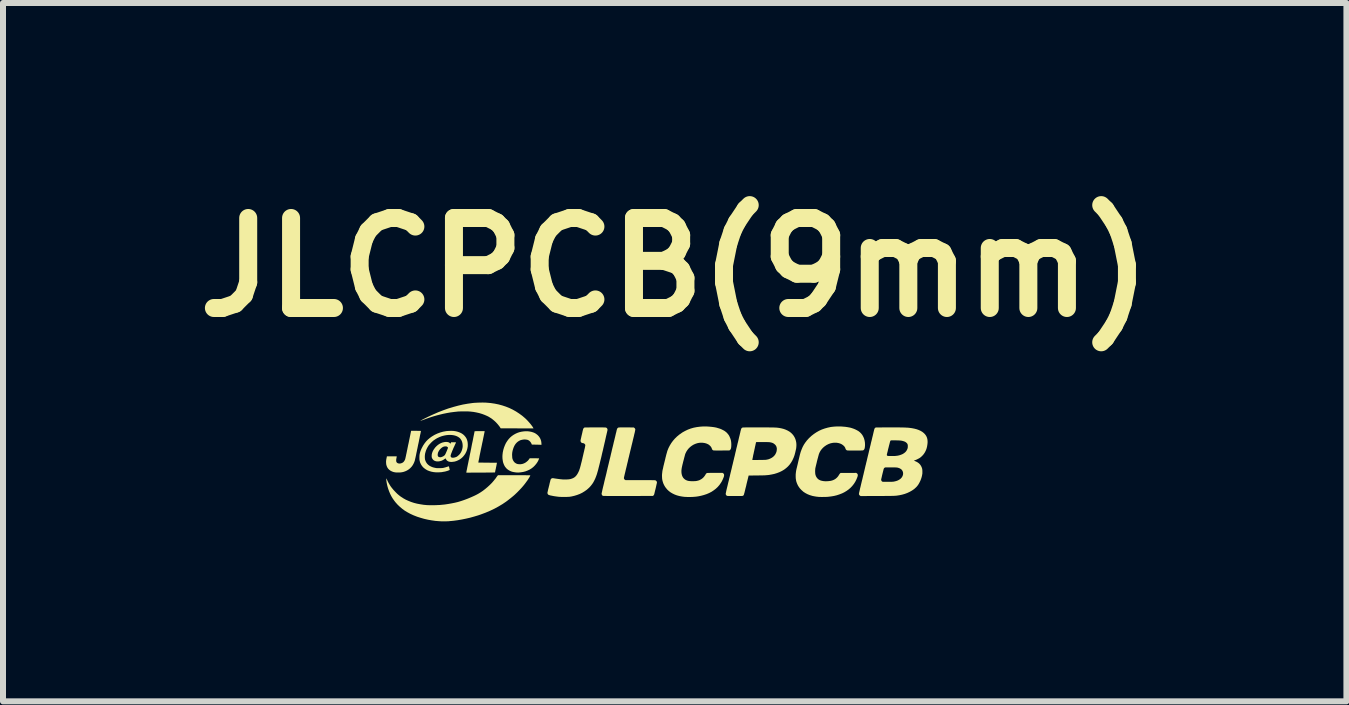
<source format=kicad_pcb>
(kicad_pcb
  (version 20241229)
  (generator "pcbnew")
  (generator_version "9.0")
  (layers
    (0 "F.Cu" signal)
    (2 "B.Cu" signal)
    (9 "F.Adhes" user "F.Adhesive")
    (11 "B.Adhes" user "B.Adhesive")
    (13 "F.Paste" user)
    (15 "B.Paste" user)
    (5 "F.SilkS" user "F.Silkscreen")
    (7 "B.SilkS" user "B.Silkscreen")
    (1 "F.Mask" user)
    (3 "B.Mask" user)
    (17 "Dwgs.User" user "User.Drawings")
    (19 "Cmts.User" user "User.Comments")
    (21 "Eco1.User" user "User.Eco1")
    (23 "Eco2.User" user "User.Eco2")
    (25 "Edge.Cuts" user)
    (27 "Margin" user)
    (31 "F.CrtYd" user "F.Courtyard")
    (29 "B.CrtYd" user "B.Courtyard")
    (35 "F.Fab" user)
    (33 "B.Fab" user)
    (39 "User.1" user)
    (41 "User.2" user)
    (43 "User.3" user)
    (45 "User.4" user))
  (footprint "JLCPCB(9mm)"
    (layer "F.Cu")
    (at 7.893 4.654)
    (property "Reference" "JLCPCB(9mm)" (at 0.3 -3.25 0) (layer "F.SilkS") (effects (font (size 1.5 1.5) (thickness 0.3))))
    (attr board_only exclude_from_pos_files exclude_from_bom)
    (fp_poly (pts (xy -2.915 -0.52) (xy -2.9 -0.52) (xy -2.887 -0.52) (xy -2.877 -0.52) (xy -2.87 -0.519) (xy -2.867 -0.519) (xy -2.867 -0.519) (xy -2.867 -0.516) (xy -2.868 -0.51) (xy -2.87 -0.5) (xy -2.873 -0.487) (xy -2.876 -0.471) (xy -2.88 -0.452) (xy -2.884 -0.432) (xy -2.889 -0.409) (xy -2.894 -0.384) (xy -2.899 -0.358) (xy -2.905 -0.331) (xy -2.911 -0.303) (xy -2.916 -0.278) (xy -2.923 -0.245) (xy -2.93 -0.213) (xy -2.936 -0.182) (xy -2.942 -0.153) (xy -2.948 -0.125) (xy -2.953 -0.1) (xy -2.957 -0.077) (xy -2.961 -0.056) (xy -2.965 -0.038) (xy -2.968 -0.023) (xy -2.97 -0.011) (xy -2.971 -0.002) (xy -2.972 0.003) (xy -2.972 0.004) (xy -2.97 0.004) (xy -2.964 0.004) (xy -2.955 0.005) (xy -2.942 0.005) (xy -2.927 0.005) (xy -2.909 0.005) (xy -2.889 0.005) (xy -2.867 0.006) (xy -2.843 0.006) (xy -2.819 0.006) (xy -2.816 0.006) (xy -2.662 0.007) (xy -2.663 0.012) (xy -2.664 0.015) (xy -2.665 0.022) (xy -2.667 0.032) (xy -2.669 0.044) (xy -2.672 0.059) (xy -2.675 0.075) (xy -2.679 0.092) (xy -2.679 0.093) (xy -2.682 0.11) (xy -2.686 0.125) (xy -2.689 0.139) (xy -2.691 0.151) (xy -2.693 0.16) (xy -2.694 0.166) (xy -2.695 0.169) (xy -2.695 0.169) (xy -2.697 0.169) (xy -2.703 0.169) (xy -2.713 0.169) (xy -2.725 0.169) (xy -2.741 0.17) (xy -2.76 0.17) (xy -2.781 0.17) (xy -2.805 0.17) (xy -2.831 0.17) (xy -2.858 0.171) (xy -2.887 0.171) (xy -2.918 0.171) (xy -2.934 0.171) (xy -3.172 0.172) (xy -3.172 0.167) (xy -3.172 0.164) (xy -3.171 0.157) (xy -3.169 0.148) (xy -3.167 0.136) (xy -3.164 0.123) (xy -3.163 0.119) (xy -3.161 0.11) (xy -3.159 0.098) (xy -3.156 0.082) (xy -3.152 0.064) (xy -3.148 0.043) (xy -3.143 0.02) (xy -3.138 -0.005) (xy -3.133 -0.031) (xy -3.127 -0.058) (xy -3.121 -0.086) (xy -3.117 -0.109) (xy -3.111 -0.139) (xy -3.104 -0.17) (xy -3.098 -0.202) (xy -3.091 -0.235) (xy -3.085 -0.267) (xy -3.079 -0.298) (xy -3.073 -0.327) (xy -3.067 -0.354) (xy -3.062 -0.379) (xy -3.058 -0.4) (xy -3.057 -0.406) (xy -3.034 -0.519) (xy -2.95 -0.52) (xy -2.932 -0.52)) (stroke (width 0) (type solid)) (fill yes) (layer "F.SilkS"))
    (fp_poly (pts (xy -2.869 -0.995) (xy -2.851 -0.995) (xy -2.836 -0.994) (xy -2.767 -0.988) (xy -2.7 -0.978) (xy -2.636 -0.965) (xy -2.573 -0.948) (xy -2.513 -0.928) (xy -2.455 -0.905) (xy -2.399 -0.878) (xy -2.344 -0.847) (xy -2.292 -0.813) (xy -2.241 -0.776) (xy -2.193 -0.735) (xy -2.191 -0.733) (xy -2.177 -0.72) (xy -2.162 -0.705) (xy -2.146 -0.688) (xy -2.13 -0.67) (xy -2.115 -0.653) (xy -2.1 -0.635) (xy -2.087 -0.618) (xy -2.076 -0.603) (xy -2.066 -0.589) (xy -2.059 -0.577) (xy -2.058 -0.575) (xy -2.053 -0.566) (xy -2.059 -0.565) (xy -2.062 -0.565) (xy -2.068 -0.565) (xy -2.078 -0.565) (xy -2.092 -0.565) (xy -2.109 -0.565) (xy -2.128 -0.565) (xy -2.15 -0.565) (xy -2.175 -0.565) (xy -2.201 -0.565) (xy -2.23 -0.565) (xy -2.26 -0.565) (xy -2.291 -0.565) (xy -2.324 -0.566) (xy -2.332 -0.566) (xy -2.6 -0.567) (xy -2.607 -0.578) (xy -2.618 -0.595) (xy -2.632 -0.613) (xy -2.647 -0.632) (xy -2.664 -0.651) (xy -2.681 -0.669) (xy -2.698 -0.685) (xy -2.701 -0.688) (xy -2.726 -0.709) (xy -2.75 -0.728) (xy -2.775 -0.744) (xy -2.801 -0.76) (xy -2.825 -0.772) (xy -2.866 -0.79) (xy -2.909 -0.806) (xy -2.955 -0.82) (xy -3.003 -0.831) (xy -3.053 -0.84) (xy -3.107 -0.846) (xy -3.112 -0.847) (xy -3.123 -0.847) (xy -3.137 -0.848) (xy -3.154 -0.849) (xy -3.174 -0.849) (xy -3.194 -0.849) (xy -3.215 -0.849) (xy -3.236 -0.849) (xy -3.256 -0.849) (xy -3.274 -0.848) (xy -3.291 -0.848) (xy -3.304 -0.847) (xy -3.307 -0.847) (xy -3.371 -0.84) (xy -3.434 -0.832) (xy -3.497 -0.821) (xy -3.561 -0.808) (xy -3.626 -0.792) (xy -3.657 -0.784) (xy -3.682 -0.777) (xy -3.707 -0.77) (xy -3.73 -0.763) (xy -3.753 -0.756) (xy -3.777 -0.748) (xy -3.802 -0.739) (xy -3.829 -0.73) (xy -3.858 -0.719) (xy -3.889 -0.708) (xy -3.902 -0.703) (xy -3.914 -0.699) (xy -3.924 -0.695) (xy -3.932 -0.693) (xy -3.937 -0.691) (xy -3.939 -0.691) (xy -3.938 -0.692) (xy -3.934 -0.695) (xy -3.927 -0.699) (xy -3.917 -0.705) (xy -3.905 -0.711) (xy -3.891 -0.719) (xy -3.875 -0.727) (xy -3.858 -0.735) (xy -3.84 -0.744) (xy -3.821 -0.754) (xy -3.801 -0.763) (xy -3.782 -0.772) (xy -3.763 -0.781) (xy -3.745 -0.789) (xy -3.73 -0.796) (xy -3.643 -0.834) (xy -3.558 -0.867) (xy -3.474 -0.897) (xy -3.391 -0.922) (xy -3.31 -0.944) (xy -3.229 -0.963) (xy -3.149 -0.977) (xy -3.071 -0.988) (xy -3.042 -0.991) (xy -3.026 -0.992) (xy -3.007 -0.993) (xy -2.985 -0.994) (xy -2.962 -0.995) (xy -2.938 -0.995) (xy -2.914 -0.996) (xy -2.891 -0.996)) (stroke (width 0) (type solid)) (fill yes) (layer "F.SilkS"))
    (fp_poly (pts (xy -2.153 -0.518) (xy -2.12 -0.514) (xy -2.089 -0.508) (xy -2.059 -0.499) (xy -2.037 -0.49) (xy -2.017 -0.479) (xy -1.999 -0.466) (xy -1.982 -0.452) (xy -1.963 -0.431) (xy -1.947 -0.408) (xy -1.935 -0.383) (xy -1.926 -0.356) (xy -1.922 -0.329) (xy -1.921 -0.317) (xy -1.92 -0.292) (xy -1.98 -0.294) (xy -1.996 -0.294) (xy -2.013 -0.294) (xy -2.028 -0.295) (xy -2.042 -0.295) (xy -2.053 -0.295) (xy -2.061 -0.295) (xy -2.061 -0.295) (xy -2.072 -0.295) (xy -2.078 -0.296) (xy -2.082 -0.297) (xy -2.082 -0.297) (xy -2.083 -0.302) (xy -2.086 -0.31) (xy -2.091 -0.318) (xy -2.096 -0.328) (xy -2.102 -0.336) (xy -2.108 -0.344) (xy -2.111 -0.347) (xy -2.124 -0.36) (xy -2.139 -0.369) (xy -2.156 -0.376) (xy -2.175 -0.379) (xy -2.197 -0.381) (xy -2.21 -0.381) (xy -2.238 -0.377) (xy -2.265 -0.371) (xy -2.289 -0.36) (xy -2.312 -0.346) (xy -2.332 -0.329) (xy -2.351 -0.308) (xy -2.367 -0.284) (xy -2.376 -0.266) (xy -2.385 -0.246) (xy -2.393 -0.223) (xy -2.4 -0.199) (xy -2.405 -0.176) (xy -2.408 -0.157) (xy -2.409 -0.142) (xy -2.41 -0.126) (xy -2.409 -0.108) (xy -2.408 -0.091) (xy -2.407 -0.076) (xy -2.405 -0.064) (xy -2.404 -0.061) (xy -2.396 -0.038) (xy -2.385 -0.019) (xy -2.372 -0.002) (xy -2.356 0.011) (xy -2.337 0.022) (xy -2.32 0.028) (xy -2.308 0.03) (xy -2.293 0.031) (xy -2.277 0.032) (xy -2.261 0.031) (xy -2.246 0.028) (xy -2.239 0.027) (xy -2.213 0.018) (xy -2.189 0.006) (xy -2.167 -0.01) (xy -2.146 -0.028) (xy -2.129 -0.049) (xy -2.126 -0.053) (xy -2.116 -0.068) (xy -2.038 -0.068) (xy -2.015 -0.068) (xy -1.997 -0.067) (xy -1.982 -0.067) (xy -1.972 -0.067) (xy -1.964 -0.066) (xy -1.96 -0.066) (xy -1.959 -0.065) (xy -1.96 -0.062) (xy -1.962 -0.056) (xy -1.966 -0.047) (xy -1.97 -0.038) (xy -1.974 -0.028) (xy -1.979 -0.019) (xy -1.983 -0.012) (xy -1.984 -0.009) (xy -2.005 0.022) (xy -2.029 0.051) (xy -2.055 0.077) (xy -2.084 0.1) (xy -2.116 0.12) (xy -2.15 0.136) (xy -2.186 0.15) (xy -2.224 0.16) (xy -2.263 0.166) (xy -2.281 0.168) (xy -2.294 0.169) (xy -2.305 0.17) (xy -2.314 0.17) (xy -2.324 0.169) (xy -2.335 0.169) (xy -2.347 0.168) (xy -2.381 0.163) (xy -2.412 0.156) (xy -2.44 0.145) (xy -2.466 0.131) (xy -2.49 0.114) (xy -2.51 0.095) (xy -2.528 0.072) (xy -2.542 0.047) (xy -2.552 0.023) (xy -2.561 -0.004) (xy -2.566 -0.033) (xy -2.57 -0.064) (xy -2.571 -0.095) (xy -2.57 -0.122) (xy -2.565 -0.166) (xy -2.556 -0.208) (xy -2.544 -0.248) (xy -2.529 -0.286) (xy -2.512 -0.322) (xy -2.491 -0.355) (xy -2.468 -0.386) (xy -2.442 -0.414) (xy -2.413 -0.439) (xy -2.382 -0.46) (xy -2.352 -0.477) (xy -2.321 -0.491) (xy -2.289 -0.502) (xy -2.255 -0.51) (xy -2.221 -0.515) (xy -2.187 -0.518)) (stroke (width 0) (type solid)) (fill yes) (layer "F.SilkS"))
    (fp_poly (pts (xy -3.992 -0.525) (xy -3.976 -0.524) (xy -3.961 -0.524) (xy -3.949 -0.524) (xy -3.939 -0.524) (xy -3.932 -0.523) (xy -3.929 -0.523) (xy -3.928 -0.523) (xy -3.929 -0.521) (xy -3.93 -0.515) (xy -3.932 -0.505) (xy -3.934 -0.493) (xy -3.937 -0.478) (xy -3.941 -0.461) (xy -3.945 -0.442) (xy -3.949 -0.422) (xy -3.953 -0.4) (xy -3.958 -0.378) (xy -3.962 -0.355) (xy -3.967 -0.331) (xy -3.972 -0.308) (xy -3.977 -0.286) (xy -3.981 -0.265) (xy -3.985 -0.245) (xy -3.989 -0.226) (xy -3.991 -0.218) (xy -3.995 -0.198) (xy -3.999 -0.177) (xy -4.004 -0.155) (xy -4.008 -0.134) (xy -4.012 -0.114) (xy -4.016 -0.097) (xy -4.017 -0.09) (xy -4.022 -0.07) (xy -4.026 -0.052) (xy -4.029 -0.038) (xy -4.032 -0.025) (xy -4.036 -0.015) (xy -4.04 -0.004) (xy -4.044 0.006) (xy -4.049 0.016) (xy -4.05 0.019) (xy -4.066 0.048) (xy -4.085 0.074) (xy -4.107 0.097) (xy -4.131 0.117) (xy -4.159 0.135) (xy -4.189 0.149) (xy -4.221 0.16) (xy -4.24 0.164) (xy -4.252 0.166) (xy -4.266 0.168) (xy -4.283 0.169) (xy -4.301 0.169) (xy -4.319 0.169) (xy -4.336 0.169) (xy -4.35 0.168) (xy -4.359 0.167) (xy -4.388 0.161) (xy -4.414 0.151) (xy -4.437 0.139) (xy -4.457 0.124) (xy -4.474 0.107) (xy -4.488 0.087) (xy -4.498 0.065) (xy -4.506 0.04) (xy -4.509 0.014) (xy -4.51 -0.014) (xy -4.509 -0.026) (xy -4.507 -0.041) (xy -4.505 -0.056) (xy -4.502 -0.068) (xy -4.5 -0.079) (xy -4.498 -0.088) (xy -4.497 -0.095) (xy -4.496 -0.099) (xy -4.496 -0.1) (xy -4.494 -0.1) (xy -4.488 -0.1) (xy -4.479 -0.1) (xy -4.468 -0.1) (xy -4.454 -0.1) (xy -4.438 -0.1) (xy -4.42 -0.1) (xy -4.414 -0.1) (xy -4.394 -0.1) (xy -4.377 -0.1) (xy -4.363 -0.1) (xy -4.353 -0.1) (xy -4.345 -0.1) (xy -4.34 -0.1) (xy -4.336 -0.099) (xy -4.334 -0.099) (xy -4.332 -0.098) (xy -4.332 -0.097) (xy -4.332 -0.096) (xy -4.332 -0.093) (xy -4.334 -0.086) (xy -4.335 -0.078) (xy -4.336 -0.072) (xy -4.34 -0.055) (xy -4.341 -0.038) (xy -4.341 -0.024) (xy -4.339 -0.012) (xy -4.337 -0.006) (xy -4.33 0.004) (xy -4.32 0.012) (xy -4.308 0.017) (xy -4.293 0.02) (xy -4.277 0.02) (xy -4.272 0.019) (xy -4.252 0.014) (xy -4.235 0.006) (xy -4.22 -0.005) (xy -4.208 -0.02) (xy -4.207 -0.022) (xy -4.202 -0.03) (xy -4.198 -0.037) (xy -4.194 -0.045) (xy -4.191 -0.055) (xy -4.188 -0.066) (xy -4.185 -0.08) (xy -4.181 -0.097) (xy -4.181 -0.099) (xy -4.178 -0.109) (xy -4.176 -0.123) (xy -4.172 -0.14) (xy -4.168 -0.158) (xy -4.164 -0.179) (xy -4.16 -0.199) (xy -4.155 -0.22) (xy -4.153 -0.233) (xy -4.148 -0.256) (xy -4.143 -0.282) (xy -4.137 -0.308) (xy -4.131 -0.336) (xy -4.126 -0.362) (xy -4.121 -0.387) (xy -4.116 -0.408) (xy -4.116 -0.411) (xy -4.111 -0.434) (xy -4.107 -0.453) (xy -4.104 -0.469) (xy -4.101 -0.483) (xy -4.099 -0.493) (xy -4.097 -0.502) (xy -4.096 -0.509) (xy -4.095 -0.514) (xy -4.094 -0.519) (xy -4.093 -0.52) (xy -4.092 -0.525) (xy -4.01 -0.525)) (stroke (width 0) (type solid)) (fill yes) (layer "F.SilkS"))
    (fp_poly (pts (xy -2.337 0.215) (xy -2.302 0.215) (xy -2.271 0.215) (xy -2.243 0.215) (xy -2.219 0.215) (xy -2.197 0.215) (xy -2.179 0.215) (xy -2.163 0.216) (xy -2.15 0.216) (xy -2.139 0.216) (xy -2.13 0.216) (xy -2.122 0.216) (xy -2.117 0.216) (xy -2.113 0.217) (xy -2.11 0.217) (xy -2.108 0.217) (xy -2.107 0.218) (xy -2.107 0.218) (xy -2.107 0.219) (xy -2.108 0.223) (xy -2.111 0.23) (xy -2.116 0.24) (xy -2.123 0.252) (xy -2.131 0.265) (xy -2.14 0.279) (xy -2.15 0.295) (xy -2.161 0.31) (xy -2.172 0.325) (xy -2.182 0.339) (xy -2.212 0.378) (xy -2.246 0.418) (xy -2.283 0.458) (xy -2.322 0.498) (xy -2.364 0.538) (xy -2.373 0.546) (xy -2.382 0.554) (xy -2.394 0.564) (xy -2.407 0.575) (xy -2.423 0.588) (xy -2.439 0.601) (xy -2.455 0.613) (xy -2.471 0.626) (xy -2.485 0.637) (xy -2.499 0.647) (xy -2.508 0.654) (xy -2.57 0.696) (xy -2.635 0.735) (xy -2.703 0.772) (xy -2.774 0.806) (xy -2.847 0.837) (xy -2.924 0.866) (xy -2.976 0.884) (xy -3.043 0.904) (xy -3.111 0.923) (xy -3.181 0.939) (xy -3.25 0.953) (xy -3.32 0.965) (xy -3.388 0.974) (xy -3.454 0.98) (xy -3.471 0.982) (xy -3.486 0.982) (xy -3.505 0.983) (xy -3.525 0.983) (xy -3.546 0.983) (xy -3.568 0.983) (xy -3.588 0.983) (xy -3.607 0.982) (xy -3.623 0.981) (xy -3.624 0.981) (xy -3.687 0.976) (xy -3.75 0.967) (xy -3.812 0.956) (xy -3.874 0.942) (xy -3.933 0.925) (xy -3.99 0.907) (xy -4.044 0.886) (xy -4.054 0.882) (xy -4.106 0.858) (xy -4.154 0.832) (xy -4.199 0.805) (xy -4.241 0.774) (xy -4.28 0.741) (xy -4.317 0.706) (xy -4.351 0.668) (xy -4.372 0.641) (xy -4.397 0.606) (xy -4.42 0.568) (xy -4.441 0.527) (xy -4.459 0.484) (xy -4.475 0.44) (xy -4.488 0.395) (xy -4.498 0.349) (xy -4.5 0.339) (xy -4.502 0.327) (xy -4.503 0.315) (xy -4.505 0.303) (xy -4.506 0.292) (xy -4.506 0.282) (xy -4.506 0.275) (xy -4.506 0.27) (xy -4.506 0.268) (xy -4.504 0.27) (xy -4.501 0.275) (xy -4.498 0.282) (xy -4.495 0.288) (xy -4.487 0.305) (xy -4.481 0.318) (xy -4.475 0.33) (xy -4.47 0.34) (xy -4.464 0.35) (xy -4.458 0.36) (xy -4.453 0.369) (xy -4.443 0.385) (xy -4.434 0.399) (xy -4.423 0.414) (xy -4.412 0.428) (xy -4.399 0.444) (xy -4.384 0.462) (xy -4.379 0.467) (xy -4.351 0.497) (xy -4.324 0.524) (xy -4.296 0.548) (xy -4.266 0.571) (xy -4.233 0.592) (xy -4.223 0.599) (xy -4.182 0.622) (xy -4.138 0.642) (xy -4.093 0.66) (xy -4.044 0.676) (xy -3.993 0.689) (xy -3.939 0.699) (xy -3.882 0.708) (xy -3.858 0.71) (xy -3.841 0.712) (xy -3.821 0.713) (xy -3.798 0.714) (xy -3.774 0.714) (xy -3.748 0.714) (xy -3.721 0.714) (xy -3.694 0.714) (xy -3.668 0.713) (xy -3.644 0.712) (xy -3.621 0.711) (xy -3.601 0.71) (xy -3.596 0.709) (xy -3.534 0.703) (xy -3.474 0.694) (xy -3.418 0.684) (xy -3.363 0.673) (xy -3.309 0.66) (xy -3.257 0.644) (xy -3.204 0.626) (xy -3.151 0.606) (xy -3.096 0.583) (xy -3.042 0.559) (xy -3.028 0.552) (xy -3.013 0.545) (xy -2.998 0.537) (xy -2.985 0.53) (xy -2.977 0.526) (xy -2.936 0.501) (xy -2.896 0.474) (xy -2.856 0.443) (xy -2.818 0.411) (xy -2.781 0.377) (xy -2.746 0.342) (xy -2.715 0.306) (xy -2.686 0.27) (xy -2.672 0.25) (xy -2.666 0.241) (xy -2.66 0.233) (xy -2.655 0.226) (xy -2.651 0.222) (xy -2.645 0.215) (xy -2.376 0.215)) (stroke (width 0) (type solid)) (fill yes) (layer "F.SilkS"))
    (fp_poly (pts (xy -0.939 -0.582) (xy -0.917 -0.582) (xy -0.897 -0.582) (xy -0.882 -0.581) (xy -0.869 -0.581) (xy -0.86 -0.581) (xy -0.853 -0.58) (xy -0.849 -0.58) (xy -0.848 -0.58) (xy -0.836 -0.575) (xy -0.828 -0.567) (xy -0.824 -0.56) (xy -0.821 -0.554) (xy -0.82 -0.547) (xy -0.82 -0.538) (xy -0.822 -0.528) (xy -0.824 -0.52) (xy -0.826 -0.51) (xy -0.829 -0.497) (xy -0.833 -0.481) (xy -0.837 -0.462) (xy -0.842 -0.442) (xy -0.847 -0.42) (xy -0.852 -0.398) (xy -0.857 -0.375) (xy -0.862 -0.352) (xy -0.867 -0.331) (xy -0.872 -0.31) (xy -0.876 -0.292) (xy -0.88 -0.276) (xy -0.882 -0.266) (xy -0.889 -0.236) (xy -0.896 -0.204) (xy -0.904 -0.172) (xy -0.912 -0.139) (xy -0.919 -0.106) (xy -0.927 -0.073) (xy -0.935 -0.041) (xy -0.943 -0.009) (xy -0.95 0.021) (xy -0.957 0.049) (xy -0.964 0.076) (xy -0.97 0.1) (xy -0.975 0.121) (xy -0.98 0.139) (xy -0.984 0.153) (xy -0.985 0.156) (xy -0.997 0.198) (xy -1.011 0.237) (xy -1.025 0.272) (xy -1.041 0.305) (xy -1.057 0.335) (xy -1.075 0.362) (xy -1.095 0.388) (xy -1.116 0.412) (xy -1.131 0.427) (xy -1.165 0.457) (xy -1.202 0.483) (xy -1.241 0.507) (xy -1.282 0.527) (xy -1.327 0.544) (xy -1.373 0.558) (xy -1.421 0.569) (xy -1.44 0.572) (xy -1.454 0.574) (xy -1.471 0.575) (xy -1.491 0.576) (xy -1.512 0.577) (xy -1.535 0.577) (xy -1.557 0.577) (xy -1.579 0.577) (xy -1.599 0.576) (xy -1.617 0.575) (xy -1.621 0.575) (xy -1.643 0.573) (xy -1.666 0.57) (xy -1.688 0.567) (xy -1.709 0.564) (xy -1.73 0.56) (xy -1.749 0.556) (xy -1.766 0.553) (xy -1.781 0.549) (xy -1.793 0.545) (xy -1.802 0.542) (xy -1.805 0.54) (xy -1.812 0.534) (xy -1.817 0.525) (xy -1.82 0.516) (xy -1.821 0.507) (xy -1.821 0.506) (xy -1.82 0.502) (xy -1.818 0.495) (xy -1.816 0.484) (xy -1.813 0.471) (xy -1.81 0.456) (xy -1.806 0.44) (xy -1.801 0.422) (xy -1.797 0.404) (xy -1.792 0.386) (xy -1.788 0.368) (xy -1.784 0.35) (xy -1.78 0.334) (xy -1.776 0.32) (xy -1.773 0.308) (xy -1.771 0.298) (xy -1.769 0.291) (xy -1.768 0.288) (xy -1.764 0.281) (xy -1.758 0.274) (xy -1.752 0.269) (xy -1.751 0.268) (xy -1.746 0.266) (xy -1.74 0.264) (xy -1.733 0.264) (xy -1.724 0.265) (xy -1.712 0.266) (xy -1.704 0.268) (xy -1.655 0.275) (xy -1.609 0.281) (xy -1.567 0.285) (xy -1.529 0.286) (xy -1.494 0.285) (xy -1.462 0.283) (xy -1.434 0.278) (xy -1.41 0.27) (xy -1.393 0.263) (xy -1.372 0.251) (xy -1.354 0.236) (xy -1.337 0.217) (xy -1.321 0.194) (xy -1.307 0.168) (xy -1.293 0.138) (xy -1.287 0.12) (xy -1.284 0.11) (xy -1.28 0.1) (xy -1.277 0.089) (xy -1.274 0.077) (xy -1.27 0.063) (xy -1.266 0.048) (xy -1.262 0.031) (xy -1.257 0.011) (xy -1.251 -0.011) (xy -1.245 -0.037) (xy -1.238 -0.066) (xy -1.237 -0.072) (xy -1.229 -0.106) (xy -1.222 -0.136) (xy -1.216 -0.163) (xy -1.21 -0.186) (xy -1.206 -0.206) (xy -1.202 -0.223) (xy -1.198 -0.238) (xy -1.196 -0.25) (xy -1.194 -0.261) (xy -1.192 -0.269) (xy -1.191 -0.276) (xy -1.19 -0.281) (xy -1.19 -0.286) (xy -1.19 -0.289) (xy -1.191 -0.292) (xy -1.192 -0.294) (xy -1.193 -0.296) (xy -1.194 -0.298) (xy -1.196 -0.3) (xy -1.196 -0.3) (xy -1.202 -0.308) (xy -1.212 -0.315) (xy -1.222 -0.319) (xy -1.23 -0.32) (xy -1.242 -0.322) (xy -1.253 -0.327) (xy -1.261 -0.335) (xy -1.267 -0.345) (xy -1.269 -0.357) (xy -1.269 -0.368) (xy -1.267 -0.374) (xy -1.266 -0.382) (xy -1.263 -0.393) (xy -1.261 -0.404) (xy -1.259 -0.411) (xy -1.253 -0.439) (xy -1.247 -0.464) (xy -1.242 -0.485) (xy -1.238 -0.503) (xy -1.235 -0.518) (xy -1.232 -0.53) (xy -1.229 -0.54) (xy -1.227 -0.548) (xy -1.226 -0.554) (xy -1.224 -0.558) (xy -1.223 -0.561) (xy -1.223 -0.561) (xy -1.217 -0.569) (xy -1.21 -0.575) (xy -1.202 -0.581) (xy -1.029 -0.582) (xy -0.995 -0.582) (xy -0.965 -0.582)) (stroke (width 0) (type solid)) (fill yes) (layer "F.SilkS"))
    (fp_poly (pts (xy -0.545 -0.582) (xy -0.521 -0.582) (xy -0.506 -0.582) (xy -0.382 -0.581) (xy -0.374 -0.575) (xy -0.366 -0.568) (xy -0.36 -0.559) (xy -0.357 -0.549) (xy -0.357 -0.545) (xy -0.357 -0.541) (xy -0.359 -0.534) (xy -0.361 -0.523) (xy -0.364 -0.508) (xy -0.368 -0.489) (xy -0.374 -0.467) (xy -0.379 -0.442) (xy -0.386 -0.414) (xy -0.394 -0.382) (xy -0.402 -0.347) (xy -0.411 -0.31) (xy -0.421 -0.27) (xy -0.422 -0.264) (xy -0.427 -0.244) (xy -0.432 -0.223) (xy -0.437 -0.203) (xy -0.442 -0.183) (xy -0.446 -0.165) (xy -0.45 -0.149) (xy -0.453 -0.137) (xy -0.453 -0.135) (xy -0.456 -0.125) (xy -0.459 -0.111) (xy -0.463 -0.094) (xy -0.468 -0.075) (xy -0.473 -0.054) (xy -0.478 -0.032) (xy -0.483 -0.009) (xy -0.489 0.014) (xy -0.491 0.022) (xy -0.499 0.057) (xy -0.507 0.09) (xy -0.514 0.118) (xy -0.52 0.144) (xy -0.525 0.166) (xy -0.53 0.185) (xy -0.534 0.202) (xy -0.537 0.216) (xy -0.54 0.228) (xy -0.542 0.238) (xy -0.544 0.246) (xy -0.545 0.252) (xy -0.546 0.257) (xy -0.546 0.261) (xy -0.547 0.264) (xy -0.547 0.266) (xy -0.546 0.267) (xy -0.542 0.278) (xy -0.535 0.287) (xy -0.528 0.292) (xy -0.519 0.297) (xy -0.274 0.297) (xy -0.237 0.297) (xy -0.204 0.297) (xy -0.174 0.297) (xy -0.148 0.297) (xy -0.125 0.297) (xy -0.106 0.297) (xy -0.088 0.297) (xy -0.074 0.298) (xy -0.062 0.298) (xy -0.052 0.298) (xy -0.043 0.298) (xy -0.037 0.298) (xy -0.032 0.299) (xy -0.028 0.299) (xy -0.025 0.299) (xy -0.023 0.3) (xy -0.021 0.3) (xy -0.019 0.301) (xy -0.019 0.301) (xy -0.009 0.308) (xy -0.001 0.317) (xy 0.002 0.326) (xy 0.003 0.328) (xy 0.003 0.33) (xy 0.004 0.332) (xy 0.004 0.334) (xy 0.004 0.337) (xy 0.003 0.342) (xy 0.002 0.348) (xy 0.000289 0.355) (xy -0.002 0.365) (xy -0.005 0.377) (xy -0.008 0.392) (xy -0.012 0.41) (xy -0.017 0.432) (xy -0.021 0.449) (xy -0.026 0.467) (xy -0.03 0.484) (xy -0.034 0.5) (xy -0.037 0.514) (xy -0.04 0.526) (xy -0.043 0.534) (xy -0.044 0.54) (xy -0.045 0.541) (xy -0.049 0.547) (xy -0.054 0.552) (xy -0.056 0.554) (xy -0.064 0.56) (xy -0.477 0.561) (xy -0.527 0.561) (xy -0.572 0.561) (xy -0.614 0.561) (xy -0.653 0.561) (xy -0.687 0.561) (xy -0.719 0.561) (xy -0.747 0.561) (xy -0.772 0.561) (xy -0.795 0.561) (xy -0.814 0.561) (xy -0.831 0.561) (xy -0.846 0.56) (xy -0.859 0.56) (xy -0.869 0.56) (xy -0.878 0.56) (xy -0.884 0.56) (xy -0.889 0.559) (xy -0.893 0.559) (xy -0.895 0.559) (xy -0.897 0.559) (xy -0.906 0.552) (xy -0.913 0.543) (xy -0.917 0.531) (xy -0.918 0.524) (xy -0.918 0.52) (xy -0.917 0.514) (xy -0.915 0.505) (xy -0.912 0.493) (xy -0.909 0.478) (xy -0.905 0.459) (xy -0.9 0.438) (xy -0.894 0.412) (xy -0.887 0.384) (xy -0.879 0.351) (xy -0.871 0.315) (xy -0.861 0.275) (xy -0.861 0.275) (xy -0.856 0.254) (xy -0.85 0.231) (xy -0.844 0.206) (xy -0.838 0.182) (xy -0.833 0.158) (xy -0.828 0.138) (xy -0.828 0.136) (xy -0.823 0.117) (xy -0.818 0.094) (xy -0.812 0.07) (xy -0.806 0.045) (xy -0.8 0.021) (xy -0.795 -0.001) (xy -0.793 -0.009) (xy -0.788 -0.03) (xy -0.782 -0.054) (xy -0.776 -0.078) (xy -0.77 -0.103) (xy -0.765 -0.126) (xy -0.76 -0.147) (xy -0.758 -0.155) (xy -0.753 -0.175) (xy -0.748 -0.198) (xy -0.742 -0.223) (xy -0.736 -0.248) (xy -0.73 -0.271) (xy -0.725 -0.293) (xy -0.724 -0.296) (xy -0.72 -0.314) (xy -0.715 -0.336) (xy -0.709 -0.359) (xy -0.703 -0.384) (xy -0.697 -0.409) (xy -0.691 -0.433) (xy -0.686 -0.456) (xy -0.685 -0.459) (xy -0.681 -0.478) (xy -0.676 -0.496) (xy -0.672 -0.512) (xy -0.669 -0.527) (xy -0.666 -0.539) (xy -0.663 -0.549) (xy -0.661 -0.555) (xy -0.661 -0.557) (xy -0.654 -0.568) (xy -0.645 -0.576) (xy -0.638 -0.579) (xy -0.636 -0.58) (xy -0.633 -0.58) (xy -0.629 -0.581) (xy -0.624 -0.581) (xy -0.617 -0.581) (xy -0.608 -0.582) (xy -0.596 -0.582) (xy -0.582 -0.582) (xy -0.565 -0.582)) (stroke (width 0) (type solid)) (fill yes) (layer "F.SilkS"))
    (fp_poly (pts (xy 3.065 -0.598) (xy 3.102 -0.595) (xy 3.14 -0.592) (xy 3.175 -0.587) (xy 3.209 -0.581) (xy 3.232 -0.576) (xy 3.258 -0.568) (xy 3.284 -0.559) (xy 3.31 -0.548) (xy 3.334 -0.536) (xy 3.355 -0.524) (xy 3.362 -0.52) (xy 3.386 -0.501) (xy 3.407 -0.48) (xy 3.426 -0.456) (xy 3.441 -0.429) (xy 3.454 -0.4) (xy 3.463 -0.368) (xy 3.469 -0.335) (xy 3.471 -0.305) (xy 3.471 -0.279) (xy 3.469 -0.256) (xy 3.466 -0.237) (xy 3.461 -0.222) (xy 3.454 -0.211) (xy 3.445 -0.203) (xy 3.437 -0.199) (xy 3.433 -0.199) (xy 3.426 -0.198) (xy 3.415 -0.198) (xy 3.402 -0.197) (xy 3.386 -0.197) (xy 3.369 -0.197) (xy 3.35 -0.197) (xy 3.33 -0.197) (xy 3.309 -0.197) (xy 3.289 -0.197) (xy 3.268 -0.197) (xy 3.249 -0.197) (xy 3.231 -0.197) (xy 3.214 -0.197) (xy 3.199 -0.197) (xy 3.187 -0.198) (xy 3.178 -0.198) (xy 3.173 -0.199) (xy 3.172 -0.199) (xy 3.162 -0.204) (xy 3.154 -0.212) (xy 3.148 -0.222) (xy 3.146 -0.227) (xy 3.141 -0.242) (xy 3.134 -0.254) (xy 3.125 -0.267) (xy 3.12 -0.272) (xy 3.102 -0.288) (xy 3.081 -0.302) (xy 3.057 -0.313) (xy 3.03 -0.321) (xy 3 -0.326) (xy 2.985 -0.327) (xy 2.955 -0.327) (xy 2.925 -0.323) (xy 2.894 -0.316) (xy 2.864 -0.305) (xy 2.836 -0.291) (xy 2.827 -0.286) (xy 2.798 -0.266) (xy 2.772 -0.244) (xy 2.749 -0.219) (xy 2.729 -0.192) (xy 2.713 -0.162) (xy 2.704 -0.14) (xy 2.702 -0.135) (xy 2.7 -0.127) (xy 2.697 -0.116) (xy 2.693 -0.102) (xy 2.689 -0.086) (xy 2.684 -0.068) (xy 2.679 -0.05) (xy 2.674 -0.03) (xy 2.669 -0.011) (xy 2.665 0.009) (xy 2.66 0.027) (xy 2.656 0.045) (xy 2.652 0.06) (xy 2.649 0.074) (xy 2.646 0.085) (xy 2.645 0.093) (xy 2.644 0.094) (xy 2.642 0.108) (xy 2.641 0.123) (xy 2.64 0.14) (xy 2.64 0.158) (xy 2.641 0.174) (xy 2.642 0.189) (xy 2.644 0.201) (xy 2.645 0.206) (xy 2.653 0.23) (xy 2.664 0.25) (xy 2.678 0.268) (xy 2.694 0.283) (xy 2.714 0.295) (xy 2.736 0.304) (xy 2.757 0.309) (xy 2.779 0.313) (xy 2.804 0.315) (xy 2.83 0.315) (xy 2.856 0.314) (xy 2.881 0.311) (xy 2.904 0.308) (xy 2.91 0.306) (xy 2.937 0.298) (xy 2.962 0.286) (xy 2.985 0.271) (xy 3.006 0.252) (xy 3.024 0.231) (xy 3.04 0.205) (xy 3.042 0.202) (xy 3.047 0.195) (xy 3.052 0.188) (xy 3.057 0.183) (xy 3.057 0.183) (xy 3.064 0.177) (xy 3.194 0.177) (xy 3.324 0.176) (xy 3.332 0.181) (xy 3.339 0.186) (xy 3.345 0.193) (xy 3.346 0.194) (xy 3.349 0.202) (xy 3.351 0.211) (xy 3.35 0.222) (xy 3.347 0.235) (xy 3.344 0.245) (xy 3.328 0.285) (xy 3.309 0.323) (xy 3.286 0.359) (xy 3.26 0.392) (xy 3.231 0.423) (xy 3.199 0.451) (xy 3.164 0.476) (xy 3.126 0.499) (xy 3.085 0.519) (xy 3.084 0.519) (xy 3.043 0.535) (xy 3 0.549) (xy 2.955 0.56) (xy 2.908 0.568) (xy 2.857 0.574) (xy 2.836 0.576) (xy 2.827 0.576) (xy 2.815 0.577) (xy 2.801 0.577) (xy 2.785 0.577) (xy 2.769 0.577) (xy 2.753 0.578) (xy 2.739 0.577) (xy 2.725 0.577) (xy 2.715 0.577) (xy 2.707 0.577) (xy 2.707 0.577) (xy 2.683 0.574) (xy 2.662 0.572) (xy 2.644 0.569) (xy 2.627 0.566) (xy 2.612 0.563) (xy 2.596 0.56) (xy 2.586 0.557) (xy 2.547 0.545) (xy 2.511 0.53) (xy 2.477 0.512) (xy 2.446 0.492) (xy 2.419 0.468) (xy 2.407 0.457) (xy 2.386 0.434) (xy 2.369 0.411) (xy 2.354 0.387) (xy 2.342 0.362) (xy 2.339 0.355) (xy 2.332 0.336) (xy 2.326 0.318) (xy 2.322 0.3) (xy 2.319 0.279) (xy 2.318 0.278) (xy 2.317 0.262) (xy 2.316 0.244) (xy 2.316 0.223) (xy 2.316 0.202) (xy 2.318 0.182) (xy 2.32 0.163) (xy 2.322 0.149) (xy 2.323 0.142) (xy 2.325 0.131) (xy 2.328 0.117) (xy 2.332 0.1) (xy 2.337 0.081) (xy 2.342 0.059) (xy 2.348 0.035) (xy 2.354 0.009) (xy 2.36 -0.018) (xy 2.367 -0.047) (xy 2.374 -0.076) (xy 2.381 -0.105) (xy 2.386 -0.127) (xy 2.399 -0.173) (xy 2.415 -0.216) (xy 2.432 -0.256) (xy 2.453 -0.295) (xy 2.477 -0.331) (xy 2.504 -0.366) (xy 2.535 -0.4) (xy 2.542 -0.407) (xy 2.58 -0.442) (xy 2.62 -0.473) (xy 2.662 -0.501) (xy 2.706 -0.526) (xy 2.752 -0.547) (xy 2.8 -0.564) (xy 2.85 -0.578) (xy 2.902 -0.589) (xy 2.955 -0.595) (xy 3.01 -0.598) (xy 3.027 -0.598)) (stroke (width 0) (type solid)) (fill yes) (layer "F.SilkS"))
    (fp_poly (pts (xy 0.826 -0.598) (xy 0.872 -0.595) (xy 0.915 -0.591) (xy 0.955 -0.586) (xy 0.992 -0.579) (xy 1.026 -0.569) (xy 1.058 -0.559) (xy 1.088 -0.546) (xy 1.091 -0.544) (xy 1.111 -0.534) (xy 1.129 -0.524) (xy 1.144 -0.513) (xy 1.158 -0.502) (xy 1.167 -0.494) (xy 1.183 -0.476) (xy 1.198 -0.457) (xy 1.211 -0.435) (xy 1.215 -0.425) (xy 1.227 -0.397) (xy 1.236 -0.368) (xy 1.241 -0.338) (xy 1.243 -0.307) (xy 1.243 -0.285) (xy 1.242 -0.263) (xy 1.24 -0.245) (xy 1.237 -0.23) (xy 1.232 -0.219) (xy 1.226 -0.21) (xy 1.219 -0.203) (xy 1.218 -0.202) (xy 1.21 -0.198) (xy 1.081 -0.197) (xy 1.051 -0.197) (xy 1.024 -0.197) (xy 1.001 -0.197) (xy 0.981 -0.197) (xy 0.966 -0.198) (xy 0.955 -0.198) (xy 0.948 -0.198) (xy 0.945 -0.199) (xy 0.935 -0.203) (xy 0.927 -0.211) (xy 0.921 -0.221) (xy 0.919 -0.227) (xy 0.915 -0.24) (xy 0.909 -0.25) (xy 0.902 -0.261) (xy 0.893 -0.272) (xy 0.888 -0.277) (xy 0.878 -0.285) (xy 0.87 -0.292) (xy 0.863 -0.297) (xy 0.853 -0.302) (xy 0.85 -0.304) (xy 0.824 -0.315) (xy 0.796 -0.322) (xy 0.767 -0.326) (xy 0.737 -0.327) (xy 0.707 -0.325) (xy 0.678 -0.319) (xy 0.677 -0.319) (xy 0.644 -0.308) (xy 0.613 -0.294) (xy 0.584 -0.276) (xy 0.557 -0.255) (xy 0.533 -0.232) (xy 0.512 -0.206) (xy 0.494 -0.178) (xy 0.479 -0.147) (xy 0.477 -0.143) (xy 0.476 -0.14) (xy 0.475 -0.137) (xy 0.474 -0.133) (xy 0.472 -0.127) (xy 0.47 -0.12) (xy 0.468 -0.111) (xy 0.465 -0.1) (xy 0.461 -0.086) (xy 0.457 -0.07) (xy 0.452 -0.05) (xy 0.446 -0.028) (xy 0.439 -0.002) (xy 0.437 0.009) (xy 0.43 0.035) (xy 0.425 0.057) (xy 0.421 0.076) (xy 0.417 0.094) (xy 0.415 0.109) (xy 0.413 0.123) (xy 0.412 0.136) (xy 0.412 0.149) (xy 0.412 0.162) (xy 0.412 0.164) (xy 0.415 0.191) (xy 0.421 0.216) (xy 0.43 0.238) (xy 0.442 0.258) (xy 0.457 0.274) (xy 0.474 0.288) (xy 0.495 0.299) (xy 0.498 0.3) (xy 0.511 0.305) (xy 0.525 0.309) (xy 0.539 0.311) (xy 0.555 0.313) (xy 0.574 0.314) (xy 0.595 0.314) (xy 0.62 0.314) (xy 0.642 0.313) (xy 0.661 0.311) (xy 0.679 0.307) (xy 0.694 0.303) (xy 0.71 0.298) (xy 0.722 0.292) (xy 0.747 0.278) (xy 0.769 0.261) (xy 0.788 0.241) (xy 0.805 0.218) (xy 0.809 0.212) (xy 0.815 0.201) (xy 0.819 0.194) (xy 0.823 0.189) (xy 0.827 0.185) (xy 0.831 0.182) (xy 0.834 0.18) (xy 0.836 0.179) (xy 0.838 0.179) (xy 0.84 0.178) (xy 0.844 0.178) (xy 0.848 0.177) (xy 0.854 0.177) (xy 0.862 0.177) (xy 0.872 0.177) (xy 0.885 0.176) (xy 0.9 0.176) (xy 0.918 0.176) (xy 0.94 0.176) (xy 0.966 0.176) (xy 0.97 0.176) (xy 1.097 0.176) (xy 1.106 0.181) (xy 1.115 0.189) (xy 1.121 0.199) (xy 1.123 0.211) (xy 1.122 0.224) (xy 1.122 0.227) (xy 1.118 0.242) (xy 1.111 0.26) (xy 1.103 0.279) (xy 1.094 0.299) (xy 1.084 0.319) (xy 1.073 0.337) (xy 1.067 0.346) (xy 1.043 0.38) (xy 1.016 0.411) (xy 0.985 0.44) (xy 0.951 0.466) (xy 0.915 0.49) (xy 0.875 0.511) (xy 0.833 0.529) (xy 0.788 0.544) (xy 0.74 0.557) (xy 0.69 0.567) (xy 0.655 0.572) (xy 0.632 0.574) (xy 0.607 0.576) (xy 0.581 0.577) (xy 0.553 0.578) (xy 0.526 0.578) (xy 0.501 0.577) (xy 0.478 0.576) (xy 0.468 0.576) (xy 0.422 0.57) (xy 0.379 0.562) (xy 0.338 0.551) (xy 0.3 0.537) (xy 0.265 0.52) (xy 0.232 0.501) (xy 0.203 0.479) (xy 0.176 0.454) (xy 0.153 0.426) (xy 0.141 0.41) (xy 0.125 0.383) (xy 0.112 0.356) (xy 0.102 0.327) (xy 0.094 0.297) (xy 0.09 0.271) (xy 0.089 0.249) (xy 0.088 0.224) (xy 0.089 0.198) (xy 0.092 0.171) (xy 0.095 0.145) (xy 0.098 0.129) (xy 0.101 0.116) (xy 0.105 0.1) (xy 0.109 0.081) (xy 0.113 0.061) (xy 0.119 0.039) (xy 0.124 0.017) (xy 0.13 -0.007) (xy 0.136 -0.031) (xy 0.142 -0.054) (xy 0.147 -0.078) (xy 0.153 -0.1) (xy 0.158 -0.121) (xy 0.163 -0.14) (xy 0.168 -0.156) (xy 0.172 -0.171) (xy 0.175 -0.182) (xy 0.177 -0.19) (xy 0.178 -0.192) (xy 0.196 -0.237) (xy 0.218 -0.28) (xy 0.243 -0.321) (xy 0.271 -0.359) (xy 0.303 -0.396) (xy 0.338 -0.43) (xy 0.376 -0.462) (xy 0.386 -0.468) (xy 0.428 -0.498) (xy 0.473 -0.523) (xy 0.519 -0.545) (xy 0.567 -0.563) (xy 0.616 -0.577) (xy 0.667 -0.587) (xy 0.721 -0.594) (xy 0.776 -0.598)) (stroke (width 0) (type solid)) (fill yes) (layer "F.SilkS"))
    (fp_poly (pts (xy 1.692 -0.582) (xy 1.733 -0.582) (xy 1.77 -0.582) (xy 1.803 -0.582) (xy 1.833 -0.582) (xy 1.86 -0.582) (xy 1.884 -0.581) (xy 1.905 -0.581) (xy 1.924 -0.581) (xy 1.941 -0.581) (xy 1.956 -0.58) (xy 1.969 -0.58) (xy 1.981 -0.579) (xy 1.991 -0.579) (xy 2.001 -0.578) (xy 2.01 -0.577) (xy 2.018 -0.576) (xy 2.026 -0.575) (xy 2.034 -0.574) (xy 2.037 -0.574) (xy 2.078 -0.566) (xy 2.117 -0.556) (xy 2.152 -0.543) (xy 2.184 -0.528) (xy 2.213 -0.511) (xy 2.239 -0.491) (xy 2.262 -0.468) (xy 2.282 -0.443) (xy 2.298 -0.416) (xy 2.311 -0.387) (xy 2.32 -0.356) (xy 2.325 -0.331) (xy 2.327 -0.311) (xy 2.328 -0.289) (xy 2.327 -0.266) (xy 2.325 -0.244) (xy 2.325 -0.24) (xy 2.323 -0.228) (xy 2.32 -0.214) (xy 2.316 -0.197) (xy 2.312 -0.18) (xy 2.308 -0.162) (xy 2.303 -0.144) (xy 2.299 -0.128) (xy 2.295 -0.114) (xy 2.294 -0.113) (xy 2.29 -0.101) (xy 2.285 -0.087) (xy 2.28 -0.074) (xy 2.277 -0.068) (xy 2.259 -0.029) (xy 2.238 0.006) (xy 2.214 0.039) (xy 2.186 0.07) (xy 2.156 0.097) (xy 2.123 0.122) (xy 2.086 0.144) (xy 2.047 0.163) (xy 2.005 0.179) (xy 1.96 0.193) (xy 1.912 0.203) (xy 1.878 0.209) (xy 1.866 0.211) (xy 1.854 0.212) (xy 1.843 0.213) (xy 1.832 0.214) (xy 1.82 0.215) (xy 1.808 0.216) (xy 1.794 0.217) (xy 1.778 0.217) (xy 1.76 0.218) (xy 1.74 0.218) (xy 1.717 0.218) (xy 1.69 0.219) (xy 1.666 0.219) (xy 1.532 0.22) (xy 1.516 0.285) (xy 1.512 0.301) (xy 1.507 0.321) (xy 1.502 0.342) (xy 1.496 0.366) (xy 1.491 0.39) (xy 1.485 0.413) (xy 1.479 0.436) (xy 1.477 0.444) (xy 1.472 0.467) (xy 1.467 0.486) (xy 1.463 0.503) (xy 1.459 0.516) (xy 1.456 0.527) (xy 1.454 0.535) (xy 1.451 0.542) (xy 1.449 0.547) (xy 1.446 0.55) (xy 1.443 0.553) (xy 1.44 0.555) (xy 1.437 0.557) (xy 1.436 0.557) (xy 1.434 0.558) (xy 1.432 0.559) (xy 1.429 0.56) (xy 1.426 0.56) (xy 1.421 0.56) (xy 1.415 0.561) (xy 1.408 0.561) (xy 1.398 0.561) (xy 1.386 0.561) (xy 1.371 0.561) (xy 1.353 0.561) (xy 1.331 0.561) (xy 1.306 0.561) (xy 1.302 0.561) (xy 1.276 0.561) (xy 1.254 0.561) (xy 1.235 0.561) (xy 1.219 0.561) (xy 1.207 0.561) (xy 1.196 0.561) (xy 1.188 0.56) (xy 1.182 0.56) (xy 1.178 0.56) (xy 1.174 0.559) (xy 1.172 0.559) (xy 1.171 0.558) (xy 1.161 0.551) (xy 1.154 0.541) (xy 1.15 0.53) (xy 1.15 0.525) (xy 1.15 0.521) (xy 1.152 0.513) (xy 1.154 0.502) (xy 1.157 0.487) (xy 1.161 0.468) (xy 1.166 0.447) (xy 1.172 0.422) (xy 1.179 0.394) (xy 1.186 0.364) (xy 1.194 0.33) (xy 1.203 0.295) (xy 1.205 0.286) (xy 1.209 0.266) (xy 1.215 0.245) (xy 1.22 0.222) (xy 1.225 0.2) (xy 1.23 0.18) (xy 1.234 0.162) (xy 1.235 0.161) (xy 1.238 0.147) (xy 1.242 0.13) (xy 1.247 0.111) (xy 1.252 0.089) (xy 1.257 0.066) (xy 1.263 0.043) (xy 1.269 0.019) (xy 1.274 -0.004) (xy 1.275 -0.006) (xy 1.28 -0.029) (xy 1.283 -0.04) (xy 1.592 -0.04) (xy 1.594 -0.04) (xy 1.6 -0.04) (xy 1.61 -0.039) (xy 1.624 -0.039) (xy 1.641 -0.039) (xy 1.662 -0.039) (xy 1.686 -0.039) (xy 1.703 -0.04) (xy 1.729 -0.04) (xy 1.751 -0.04) (xy 1.769 -0.04) (xy 1.785 -0.041) (xy 1.797 -0.041) (xy 1.808 -0.041) (xy 1.816 -0.042) (xy 1.823 -0.043) (xy 1.828 -0.043) (xy 1.832 -0.044) (xy 1.863 -0.051) (xy 1.891 -0.062) (xy 1.916 -0.075) (xy 1.938 -0.09) (xy 1.958 -0.109) (xy 1.974 -0.129) (xy 1.986 -0.152) (xy 1.995 -0.174) (xy 1.999 -0.192) (xy 2.001 -0.211) (xy 2.002 -0.229) (xy 1.999 -0.246) (xy 1.999 -0.247) (xy 1.993 -0.266) (xy 1.983 -0.283) (xy 1.969 -0.298) (xy 1.953 -0.311) (xy 1.934 -0.322) (xy 1.912 -0.329) (xy 1.909 -0.33) (xy 1.901 -0.332) (xy 1.893 -0.333) (xy 1.884 -0.335) (xy 1.873 -0.336) (xy 1.861 -0.336) (xy 1.847 -0.337) (xy 1.831 -0.338) (xy 1.811 -0.338) (xy 1.789 -0.338) (xy 1.763 -0.338) (xy 1.753 -0.338) (xy 1.73 -0.338) (xy 1.712 -0.338) (xy 1.696 -0.338) (xy 1.684 -0.338) (xy 1.675 -0.338) (xy 1.667 -0.337) (xy 1.662 -0.337) (xy 1.659 -0.337) (xy 1.657 -0.336) (xy 1.656 -0.335) (xy 1.655 -0.335) (xy 1.655 -0.335) (xy 1.654 -0.331) (xy 1.653 -0.325) (xy 1.651 -0.315) (xy 1.648 -0.302) (xy 1.645 -0.287) (xy 1.641 -0.27) (xy 1.637 -0.252) (xy 1.633 -0.232) (xy 1.628 -0.211) (xy 1.624 -0.19) (xy 1.619 -0.169) (xy 1.615 -0.148) (xy 1.61 -0.128) (xy 1.606 -0.109) (xy 1.603 -0.092) (xy 1.6 -0.076) (xy 1.597 -0.063) (xy 1.595 -0.053) (xy 1.593 -0.045) (xy 1.592 -0.041) (xy 1.592 -0.04) (xy 1.283 -0.04) (xy 1.286 -0.052) (xy 1.291 -0.075) (xy 1.297 -0.098) (xy 1.302 -0.118) (xy 1.306 -0.137) (xy 1.31 -0.154) (xy 1.313 -0.167) (xy 1.313 -0.169) (xy 1.317 -0.182) (xy 1.321 -0.199) (xy 1.325 -0.219) (xy 1.33 -0.24) (xy 1.336 -0.262) (xy 1.341 -0.284) (xy 1.346 -0.305) (xy 1.347 -0.311) (xy 1.353 -0.333) (xy 1.359 -0.358) (xy 1.365 -0.384) (xy 1.371 -0.41) (xy 1.377 -0.435) (xy 1.383 -0.458) (xy 1.387 -0.478) (xy 1.387 -0.478) (xy 1.392 -0.495) (xy 1.395 -0.512) (xy 1.399 -0.526) (xy 1.402 -0.539) (xy 1.405 -0.549) (xy 1.407 -0.557) (xy 1.408 -0.561) (xy 1.409 -0.561) (xy 1.416 -0.57) (xy 1.426 -0.578) (xy 1.429 -0.579) (xy 1.43 -0.579) (xy 1.432 -0.58) (xy 1.436 -0.58) (xy 1.44 -0.58) (xy 1.445 -0.581) (xy 1.452 -0.581) (xy 1.461 -0.581) (xy 1.472 -0.581) (xy 1.485 -0.582) (xy 1.501 -0.582) (xy 1.519 -0.582) (xy 1.54 -0.582) (xy 1.564 -0.582) (xy 1.591 -0.582) (xy 1.622 -0.582) (xy 1.656 -0.582)) (stroke (width 0) (type solid)) (fill yes) (layer "F.SilkS"))
    (fp_poly (pts (xy -3.405 -0.524) (xy -3.388 -0.523) (xy -3.382 -0.523) (xy -3.345 -0.517) (xy -3.311 -0.508) (xy -3.279 -0.496) (xy -3.251 -0.482) (xy -3.226 -0.465) (xy -3.204 -0.445) (xy -3.203 -0.443) (xy -3.186 -0.423) (xy -3.172 -0.401) (xy -3.162 -0.378) (xy -3.154 -0.352) (xy -3.15 -0.327) (xy -3.148 -0.298) (xy -3.149 -0.267) (xy -3.154 -0.236) (xy -3.162 -0.205) (xy -3.173 -0.176) (xy -3.188 -0.147) (xy -3.189 -0.144) (xy -3.209 -0.116) (xy -3.23 -0.091) (xy -3.254 -0.069) (xy -3.281 -0.049) (xy -3.309 -0.034) (xy -3.339 -0.021) (xy -3.37 -0.012) (xy -3.402 -0.008) (xy -3.41 -0.007) (xy -3.431 -0.007) (xy -3.45 -0.009) (xy -3.466 -0.013) (xy -3.477 -0.018) (xy -3.49 -0.026) (xy -3.501 -0.036) (xy -3.509 -0.049) (xy -3.512 -0.054) (xy -3.515 -0.06) (xy -3.517 -0.064) (xy -3.519 -0.066) (xy -3.521 -0.064) (xy -3.526 -0.061) (xy -3.532 -0.057) (xy -3.536 -0.054) (xy -3.561 -0.038) (xy -3.587 -0.026) (xy -3.613 -0.019) (xy -3.639 -0.015) (xy -3.64 -0.015) (xy -3.663 -0.015) (xy -3.683 -0.019) (xy -3.702 -0.026) (xy -3.717 -0.035) (xy -3.73 -0.048) (xy -3.74 -0.063) (xy -3.741 -0.065) (xy -3.745 -0.072) (xy -3.747 -0.078) (xy -3.748 -0.085) (xy -3.749 -0.092) (xy -3.75 -0.101) (xy -3.749 -0.122) (xy -3.65 -0.122) (xy -3.648 -0.111) (xy -3.647 -0.106) (xy -3.641 -0.096) (xy -3.632 -0.09) (xy -3.62 -0.086) (xy -3.607 -0.084) (xy -3.592 -0.086) (xy -3.59 -0.087) (xy -3.573 -0.093) (xy -3.556 -0.101) (xy -3.541 -0.112) (xy -3.541 -0.112) (xy -3.535 -0.117) (xy -3.531 -0.121) (xy -3.527 -0.127) (xy -3.523 -0.135) (xy -3.518 -0.144) (xy -3.514 -0.153) (xy -3.509 -0.164) (xy -3.504 -0.176) (xy -3.498 -0.189) (xy -3.493 -0.202) (xy -3.488 -0.215) (xy -3.484 -0.226) (xy -3.48 -0.234) (xy -3.479 -0.24) (xy -3.478 -0.24) (xy -3.478 -0.244) (xy -3.48 -0.248) (xy -3.484 -0.252) (xy -3.485 -0.254) (xy -3.493 -0.26) (xy -3.501 -0.264) (xy -3.512 -0.266) (xy -3.523 -0.266) (xy -3.539 -0.264) (xy -3.556 -0.259) (xy -3.573 -0.25) (xy -3.589 -0.238) (xy -3.604 -0.224) (xy -3.618 -0.208) (xy -3.63 -0.19) (xy -3.64 -0.171) (xy -3.644 -0.161) (xy -3.647 -0.148) (xy -3.649 -0.135) (xy -3.65 -0.122) (xy -3.749 -0.122) (xy -3.749 -0.126) (xy -3.744 -0.151) (xy -3.735 -0.177) (xy -3.722 -0.203) (xy -3.71 -0.221) (xy -3.691 -0.247) (xy -3.669 -0.27) (xy -3.646 -0.29) (xy -3.621 -0.307) (xy -3.594 -0.321) (xy -3.567 -0.331) (xy -3.539 -0.337) (xy -3.534 -0.338) (xy -3.512 -0.34) (xy -3.493 -0.339) (xy -3.476 -0.336) (xy -3.461 -0.331) (xy -3.45 -0.323) (xy -3.442 -0.313) (xy -3.441 -0.313) (xy -3.44 -0.311) (xy -3.439 -0.311) (xy -3.436 -0.314) (xy -3.433 -0.32) (xy -3.432 -0.321) (xy -3.426 -0.334) (xy -3.385 -0.334) (xy -3.369 -0.334) (xy -3.357 -0.334) (xy -3.349 -0.333) (xy -3.345 -0.332) (xy -3.344 -0.332) (xy -3.345 -0.329) (xy -3.347 -0.324) (xy -3.351 -0.316) (xy -3.355 -0.306) (xy -3.358 -0.301) (xy -3.372 -0.269) (xy -3.386 -0.24) (xy -3.397 -0.213) (xy -3.408 -0.188) (xy -3.416 -0.166) (xy -3.424 -0.147) (xy -3.429 -0.131) (xy -3.433 -0.118) (xy -3.434 -0.109) (xy -3.434 -0.106) (xy -3.433 -0.096) (xy -3.427 -0.087) (xy -3.42 -0.081) (xy -3.412 -0.078) (xy -3.401 -0.077) (xy -3.389 -0.077) (xy -3.375 -0.079) (xy -3.362 -0.082) (xy -3.359 -0.083) (xy -3.347 -0.087) (xy -3.337 -0.091) (xy -3.329 -0.095) (xy -3.321 -0.101) (xy -3.311 -0.109) (xy -3.292 -0.126) (xy -3.275 -0.146) (xy -3.261 -0.168) (xy -3.25 -0.191) (xy -3.242 -0.216) (xy -3.236 -0.241) (xy -3.233 -0.267) (xy -3.234 -0.292) (xy -3.237 -0.317) (xy -3.243 -0.341) (xy -3.252 -0.363) (xy -3.265 -0.384) (xy -3.272 -0.394) (xy -3.289 -0.41) (xy -3.308 -0.423) (xy -3.331 -0.435) (xy -3.355 -0.444) (xy -3.382 -0.451) (xy -3.411 -0.455) (xy -3.441 -0.457) (xy -3.473 -0.456) (xy -3.505 -0.453) (xy -3.537 -0.447) (xy -3.57 -0.439) (xy -3.583 -0.435) (xy -3.595 -0.431) (xy -3.61 -0.425) (xy -3.625 -0.419) (xy -3.639 -0.412) (xy -3.652 -0.406) (xy -3.66 -0.402) (xy -3.672 -0.395) (xy -3.685 -0.387) (xy -3.7 -0.377) (xy -3.713 -0.368) (xy -3.726 -0.359) (xy -3.731 -0.354) (xy -3.742 -0.344) (xy -3.756 -0.331) (xy -3.769 -0.317) (xy -3.782 -0.303) (xy -3.794 -0.289) (xy -3.802 -0.279) (xy -3.818 -0.253) (xy -3.833 -0.224) (xy -3.846 -0.193) (xy -3.855 -0.162) (xy -3.859 -0.147) (xy -3.861 -0.133) (xy -3.863 -0.117) (xy -3.864 -0.1) (xy -3.864 -0.083) (xy -3.863 -0.067) (xy -3.862 -0.053) (xy -3.86 -0.044) (xy -3.851 -0.019) (xy -3.839 0.004) (xy -3.824 0.025) (xy -3.805 0.043) (xy -3.783 0.059) (xy -3.758 0.072) (xy -3.73 0.083) (xy -3.698 0.091) (xy -3.687 0.093) (xy -3.678 0.095) (xy -3.668 0.096) (xy -3.656 0.097) (xy -3.642 0.097) (xy -3.625 0.097) (xy -3.605 0.097) (xy -3.588 0.096) (xy -3.572 0.095) (xy -3.557 0.093) (xy -3.542 0.089) (xy -3.525 0.085) (xy -3.506 0.079) (xy -3.502 0.078) (xy -3.491 0.074) (xy -3.48 0.071) (xy -3.472 0.068) (xy -3.466 0.067) (xy -3.464 0.066) (xy -3.464 0.066) (xy -3.463 0.069) (xy -3.461 0.074) (xy -3.459 0.081) (xy -3.457 0.09) (xy -3.455 0.1) (xy -3.453 0.109) (xy -3.451 0.117) (xy -3.449 0.123) (xy -3.449 0.125) (xy -3.451 0.127) (xy -3.456 0.13) (xy -3.463 0.133) (xy -3.472 0.137) (xy -3.481 0.14) (xy -3.486 0.142) (xy -3.5 0.146) (xy -3.517 0.151) (xy -3.535 0.155) (xy -3.553 0.158) (xy -3.57 0.161) (xy -3.579 0.163) (xy -3.59 0.164) (xy -3.604 0.165) (xy -3.62 0.166) (xy -3.636 0.167) (xy -3.651 0.167) (xy -3.665 0.167) (xy -3.675 0.167) (xy -3.676 0.167) (xy -3.717 0.163) (xy -3.754 0.156) (xy -3.788 0.146) (xy -3.819 0.134) (xy -3.847 0.118) (xy -3.872 0.1) (xy -3.895 0.08) (xy -3.914 0.056) (xy -3.93 0.03) (xy -3.932 0.025) (xy -3.942 0.004) (xy -3.948 -0.018) (xy -3.953 -0.041) (xy -3.954 -0.067) (xy -3.954 -0.089) (xy -3.953 -0.114) (xy -3.95 -0.137) (xy -3.945 -0.159) (xy -3.938 -0.182) (xy -3.929 -0.206) (xy -3.918 -0.231) (xy -3.913 -0.241) (xy -3.892 -0.28) (xy -3.868 -0.316) (xy -3.842 -0.349) (xy -3.813 -0.379) (xy -3.781 -0.406) (xy -3.746 -0.431) (xy -3.708 -0.454) (xy -3.699 -0.459) (xy -3.654 -0.48) (xy -3.608 -0.497) (xy -3.562 -0.51) (xy -3.525 -0.517) (xy -3.508 -0.52) (xy -3.488 -0.522) (xy -3.467 -0.523) (xy -3.446 -0.524) (xy -3.425 -0.525)) (stroke (width 0) (type solid)) (fill yes) (layer "F.SilkS"))
    (fp_poly (pts (xy 3.982 -0.582) (xy 4.012 -0.582) (xy 4.039 -0.582) (xy 4.063 -0.581) (xy 4.084 -0.581) (xy 4.103 -0.581) (xy 4.121 -0.58) (xy 4.136 -0.58) (xy 4.151 -0.579) (xy 4.164 -0.578) (xy 4.176 -0.578) (xy 4.188 -0.577) (xy 4.199 -0.576) (xy 4.208 -0.575) (xy 4.253 -0.569) (xy 4.294 -0.561) (xy 4.332 -0.551) (xy 4.366 -0.539) (xy 4.396 -0.525) (xy 4.424 -0.509) (xy 4.447 -0.491) (xy 4.467 -0.472) (xy 4.484 -0.45) (xy 4.497 -0.427) (xy 4.504 -0.409) (xy 4.51 -0.386) (xy 4.513 -0.362) (xy 4.514 -0.337) (xy 4.512 -0.31) (xy 4.51 -0.294) (xy 4.505 -0.263) (xy 4.498 -0.234) (xy 4.489 -0.208) (xy 4.478 -0.184) (xy 4.465 -0.16) (xy 4.456 -0.147) (xy 4.447 -0.134) (xy 4.435 -0.12) (xy 4.422 -0.106) (xy 4.408 -0.093) (xy 4.395 -0.082) (xy 4.387 -0.076) (xy 4.371 -0.066) (xy 4.353 -0.057) (xy 4.334 -0.047) (xy 4.314 -0.039) (xy 4.306 -0.036) (xy 4.298 -0.033) (xy 4.291 -0.03) (xy 4.287 -0.028) (xy 4.285 -0.028) (xy 4.287 -0.027) (xy 4.291 -0.025) (xy 4.298 -0.023) (xy 4.301 -0.022) (xy 4.328 -0.01) (xy 4.351 0.003) (xy 4.371 0.018) (xy 4.388 0.036) (xy 4.402 0.056) (xy 4.408 0.067) (xy 4.415 0.082) (xy 4.42 0.096) (xy 4.424 0.11) (xy 4.426 0.126) (xy 4.427 0.143) (xy 4.427 0.158) (xy 4.427 0.172) (xy 4.427 0.183) (xy 4.426 0.193) (xy 4.424 0.203) (xy 4.422 0.213) (xy 4.422 0.217) (xy 4.414 0.249) (xy 4.404 0.28) (xy 4.392 0.31) (xy 4.378 0.338) (xy 4.363 0.365) (xy 4.346 0.389) (xy 4.329 0.409) (xy 4.32 0.418) (xy 4.289 0.446) (xy 4.254 0.47) (xy 4.217 0.491) (xy 4.177 0.51) (xy 4.134 0.526) (xy 4.088 0.539) (xy 4.04 0.549) (xy 4.03 0.55) (xy 4.021 0.552) (xy 4.013 0.553) (xy 4.005 0.554) (xy 3.998 0.555) (xy 3.991 0.556) (xy 3.983 0.557) (xy 3.975 0.557) (xy 3.966 0.558) (xy 3.956 0.558) (xy 3.945 0.559) (xy 3.933 0.559) (xy 3.918 0.559) (xy 3.902 0.56) (xy 3.884 0.56) (xy 3.863 0.56) (xy 3.839 0.56) (xy 3.813 0.56) (xy 3.784 0.561) (xy 3.751 0.561) (xy 3.714 0.561) (xy 3.676 0.561) (xy 3.399 0.562) (xy 3.39 0.557) (xy 3.382 0.551) (xy 3.375 0.542) (xy 3.37 0.531) (xy 3.37 0.529) (xy 3.37 0.527) (xy 3.37 0.524) (xy 3.371 0.52) (xy 3.372 0.514) (xy 3.373 0.506) (xy 3.375 0.497) (xy 3.378 0.485) (xy 3.381 0.471) (xy 3.385 0.454) (xy 3.389 0.434) (xy 3.395 0.412) (xy 3.401 0.386) (xy 3.408 0.356) (xy 3.416 0.323) (xy 3.419 0.309) (xy 3.424 0.29) (xy 3.74 0.29) (xy 3.741 0.298) (xy 3.745 0.306) (xy 3.749 0.313) (xy 3.752 0.316) (xy 3.754 0.319) (xy 3.757 0.321) (xy 3.761 0.322) (xy 3.765 0.323) (xy 3.771 0.324) (xy 3.779 0.325) (xy 3.788 0.325) (xy 3.8 0.325) (xy 3.816 0.325) (xy 3.834 0.325) (xy 3.851 0.325) (xy 3.874 0.325) (xy 3.892 0.325) (xy 3.908 0.324) (xy 3.92 0.324) (xy 3.93 0.323) (xy 3.939 0.323) (xy 3.946 0.322) (xy 3.951 0.321) (xy 3.975 0.316) (xy 3.996 0.31) (xy 4.015 0.303) (xy 4.033 0.294) (xy 4.046 0.286) (xy 4.065 0.272) (xy 4.08 0.256) (xy 4.092 0.238) (xy 4.1 0.22) (xy 4.105 0.201) (xy 4.106 0.181) (xy 4.104 0.166) (xy 4.098 0.148) (xy 4.089 0.132) (xy 4.077 0.118) (xy 4.061 0.107) (xy 4.042 0.097) (xy 4.02 0.09) (xy 4.015 0.089) (xy 4.011 0.088) (xy 4.007 0.087) (xy 4.002 0.087) (xy 3.995 0.086) (xy 3.987 0.086) (xy 3.977 0.085) (xy 3.964 0.085) (xy 3.948 0.085) (xy 3.929 0.085) (xy 3.907 0.085) (xy 3.907 0.085) (xy 3.884 0.084) (xy 3.865 0.084) (xy 3.85 0.084) (xy 3.838 0.084) (xy 3.828 0.084) (xy 3.82 0.084) (xy 3.815 0.085) (xy 3.81 0.085) (xy 3.807 0.086) (xy 3.805 0.086) (xy 3.803 0.087) (xy 3.802 0.088) (xy 3.796 0.091) (xy 3.792 0.094) (xy 3.788 0.099) (xy 3.785 0.104) (xy 3.782 0.112) (xy 3.779 0.122) (xy 3.776 0.136) (xy 3.774 0.143) (xy 3.767 0.171) (xy 3.761 0.195) (xy 3.756 0.215) (xy 3.752 0.233) (xy 3.749 0.248) (xy 3.746 0.259) (xy 3.744 0.269) (xy 3.742 0.276) (xy 3.741 0.282) (xy 3.74 0.286) (xy 3.74 0.289) (xy 3.74 0.29) (xy 3.424 0.29) (xy 3.425 0.288) (xy 3.43 0.266) (xy 3.435 0.244) (xy 3.44 0.223) (xy 3.445 0.204) (xy 3.449 0.186) (xy 3.452 0.172) (xy 3.454 0.164) (xy 3.457 0.152) (xy 3.461 0.136) (xy 3.465 0.118) (xy 3.47 0.098) (xy 3.475 0.076) (xy 3.48 0.054) (xy 3.486 0.033) (xy 3.489 0.018) (xy 3.494 -0.003) (xy 3.5 -0.026) (xy 3.505 -0.048) (xy 3.51 -0.07) (xy 3.515 -0.09) (xy 3.519 -0.108) (xy 3.523 -0.123) (xy 3.523 -0.124) (xy 3.834 -0.124) (xy 3.836 -0.117) (xy 3.839 -0.113) (xy 3.843 -0.11) (xy 3.847 -0.108) (xy 3.852 -0.107) (xy 3.861 -0.106) (xy 3.862 -0.106) (xy 3.876 -0.106) (xy 3.892 -0.105) (xy 3.909 -0.105) (xy 3.927 -0.105) (xy 3.944 -0.105) (xy 3.96 -0.105) (xy 3.973 -0.106) (xy 3.983 -0.107) (xy 4.016 -0.111) (xy 4.046 -0.118) (xy 4.075 -0.128) (xy 4.1 -0.139) (xy 4.122 -0.153) (xy 4.142 -0.169) (xy 4.158 -0.187) (xy 4.17 -0.207) (xy 4.177 -0.223) (xy 4.182 -0.238) (xy 4.184 -0.254) (xy 4.184 -0.273) (xy 4.184 -0.283) (xy 4.183 -0.291) (xy 4.181 -0.297) (xy 4.179 -0.303) (xy 4.178 -0.306) (xy 4.169 -0.319) (xy 4.156 -0.331) (xy 4.14 -0.342) (xy 4.12 -0.35) (xy 4.103 -0.355) (xy 4.092 -0.358) (xy 4.082 -0.36) (xy 4.071 -0.362) (xy 4.06 -0.363) (xy 4.047 -0.364) (xy 4.032 -0.365) (xy 4.015 -0.365) (xy 3.994 -0.366) (xy 3.978 -0.366) (xy 3.958 -0.367) (xy 3.941 -0.367) (xy 3.928 -0.367) (xy 3.917 -0.366) (xy 3.909 -0.366) (xy 3.904 -0.365) (xy 3.899 -0.363) (xy 3.896 -0.362) (xy 3.894 -0.359) (xy 3.893 -0.356) (xy 3.892 -0.356) (xy 3.891 -0.352) (xy 3.889 -0.345) (xy 3.886 -0.336) (xy 3.883 -0.323) (xy 3.879 -0.308) (xy 3.875 -0.292) (xy 3.87 -0.274) (xy 3.866 -0.256) (xy 3.861 -0.237) (xy 3.856 -0.218) (xy 3.852 -0.2) (xy 3.848 -0.182) (xy 3.844 -0.166) (xy 3.84 -0.152) (xy 3.838 -0.141) (xy 3.836 -0.132) (xy 3.834 -0.126) (xy 3.834 -0.124) (xy 3.523 -0.124) (xy 3.525 -0.131) (xy 3.528 -0.144) (xy 3.532 -0.16) (xy 3.536 -0.179) (xy 3.541 -0.199) (xy 3.546 -0.221) (xy 3.552 -0.244) (xy 3.557 -0.267) (xy 3.563 -0.289) (xy 3.568 -0.313) (xy 3.574 -0.338) (xy 3.581 -0.364) (xy 3.587 -0.39) (xy 3.593 -0.416) (xy 3.599 -0.439) (xy 3.604 -0.46) (xy 3.607 -0.473) (xy 3.611 -0.491) (xy 3.615 -0.508) (xy 3.619 -0.523) (xy 3.622 -0.537) (xy 3.625 -0.548) (xy 3.628 -0.556) (xy 3.629 -0.56) (xy 3.629 -0.561) (xy 3.634 -0.568) (xy 3.64 -0.574) (xy 3.642 -0.575) (xy 3.65 -0.581) (xy 3.872 -0.582) (xy 3.912 -0.582) (xy 3.949 -0.582)) (stroke (width 0) (type solid)) (fill yes) (layer "F.SilkS")))
  (gr_rect
    (start -3 -3)
    (end 19.386 8.637)
    (stroke (width 0.1) (type default))
    (fill no)
    (layer "Edge.Cuts")))
</source>
